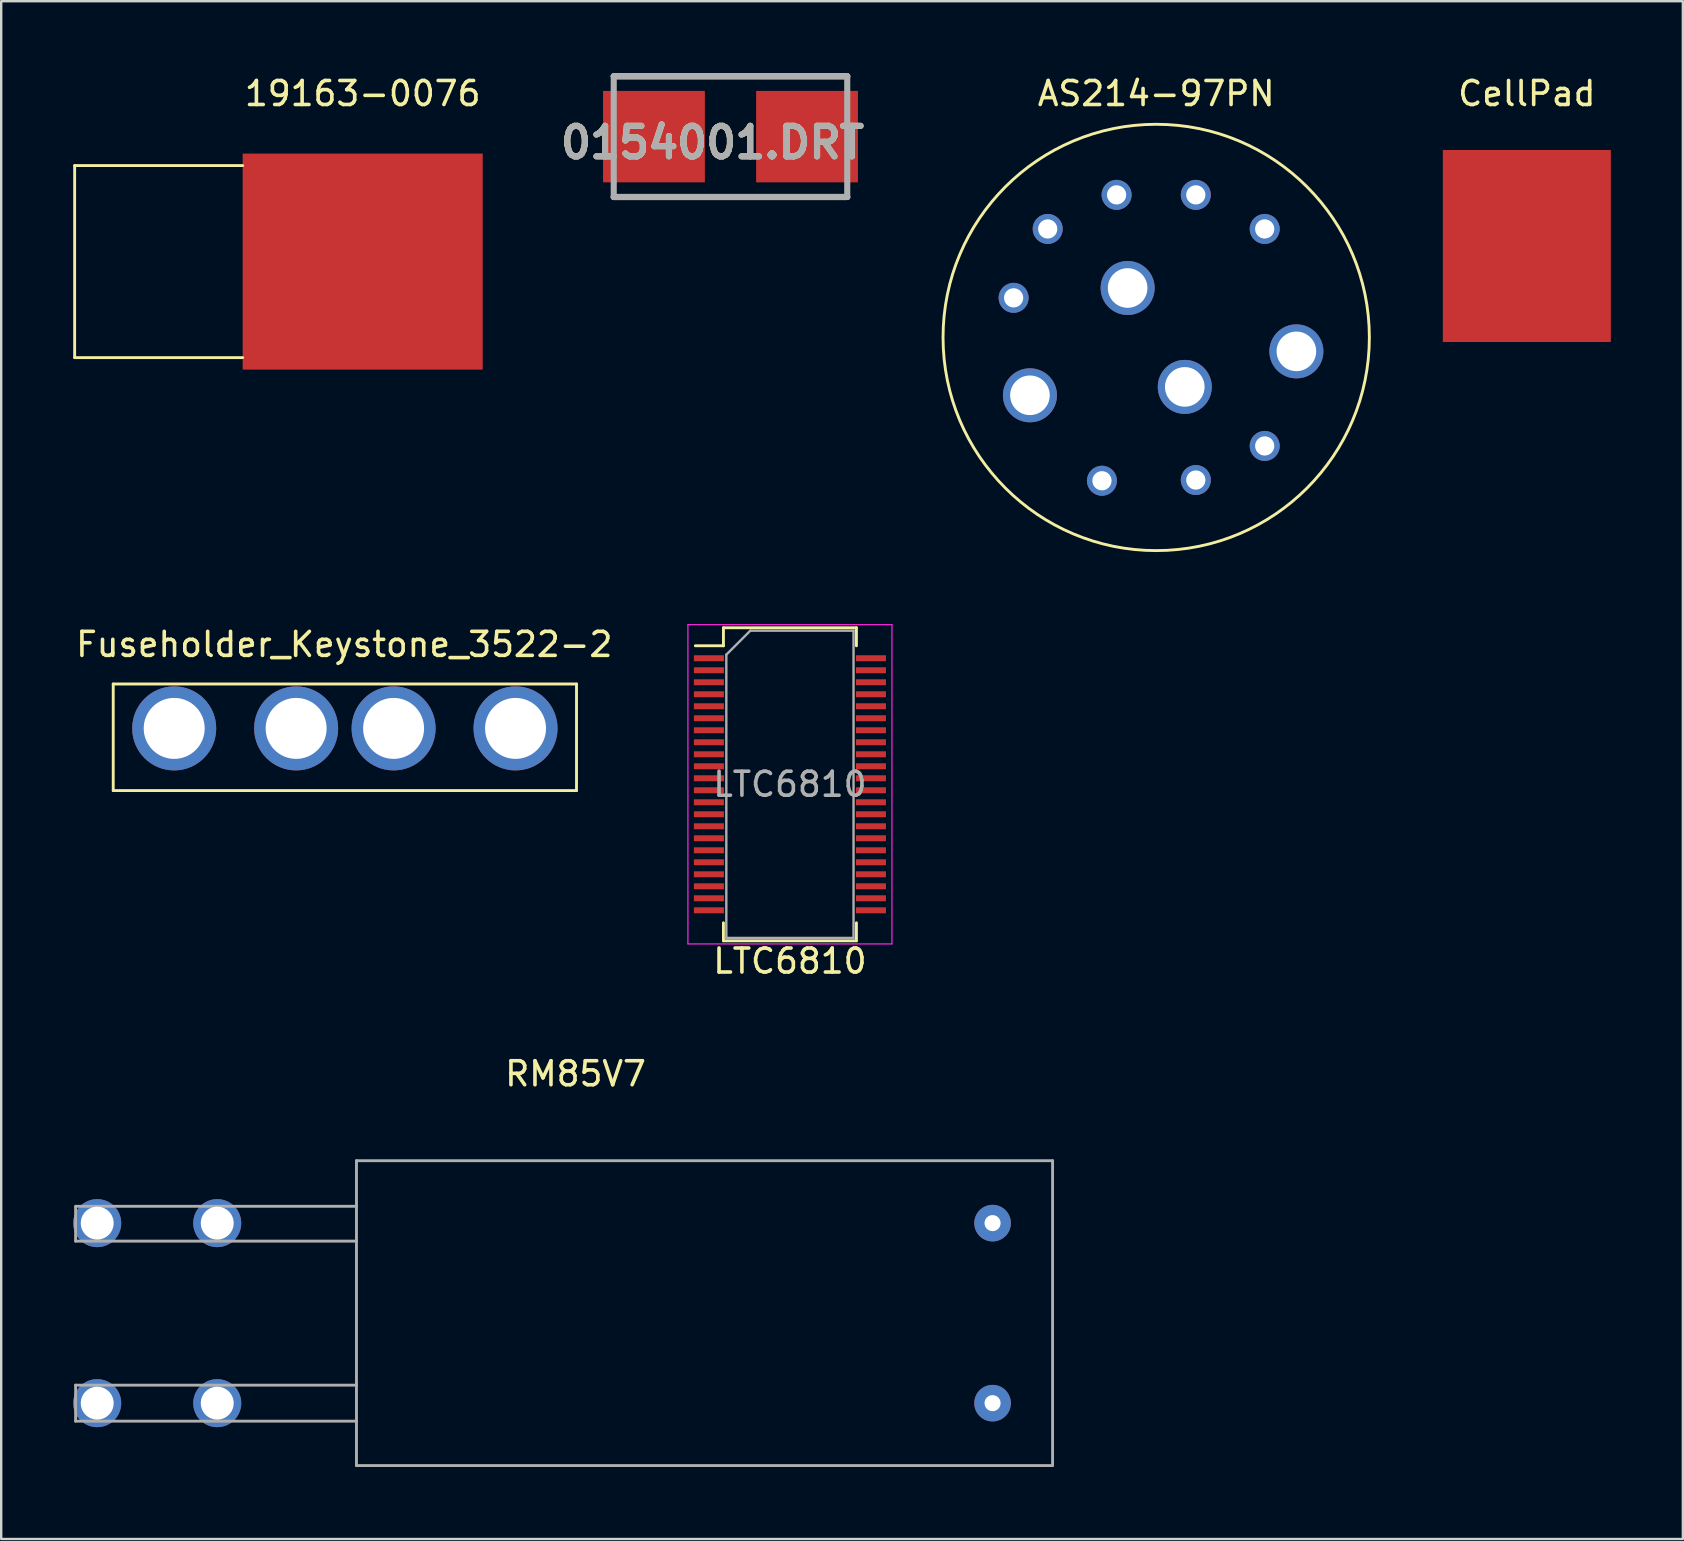
<source format=kicad_pcb>
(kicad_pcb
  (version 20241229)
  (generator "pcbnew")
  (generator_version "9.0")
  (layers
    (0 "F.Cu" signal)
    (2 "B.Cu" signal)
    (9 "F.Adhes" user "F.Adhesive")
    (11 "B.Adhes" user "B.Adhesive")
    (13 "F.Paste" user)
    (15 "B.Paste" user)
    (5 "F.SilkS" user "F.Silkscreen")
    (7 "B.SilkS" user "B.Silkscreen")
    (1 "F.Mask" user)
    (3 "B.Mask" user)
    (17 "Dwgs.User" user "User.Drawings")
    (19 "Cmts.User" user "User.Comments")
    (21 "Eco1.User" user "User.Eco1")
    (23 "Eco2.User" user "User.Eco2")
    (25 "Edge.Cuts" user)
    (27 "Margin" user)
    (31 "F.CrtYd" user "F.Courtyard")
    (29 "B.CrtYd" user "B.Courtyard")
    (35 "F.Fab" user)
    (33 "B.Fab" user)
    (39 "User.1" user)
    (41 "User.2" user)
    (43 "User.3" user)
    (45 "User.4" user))
  (footprint "LTC6810"
    (layer "F.Cu")
    (at 29.858 29.623)
    (property "Reference" "LTC6810" (at 0 7.366 180) (layer "F.SilkS") (effects (font (size 1 1) (thickness 0.15))))
    (attr smd)
    (fp_line (start -2.77 -6.52) (end -2.77 -5.77) (stroke (width 0.12) (type solid)) (layer "F.SilkS"))
    (fp_line (start -2.77 -6.52) (end 2.77 -6.52) (stroke (width 0.12) (type solid)) (layer "F.SilkS"))
    (fp_line (start -2.77 -5.77) (end -3.94 -5.77) (stroke (width 0.12) (type solid)) (layer "F.SilkS"))
    (fp_line (start -2.77 6.52) (end -2.77 5.77) (stroke (width 0.12) (type solid)) (layer "F.SilkS"))
    (fp_line (start -2.77 6.52) (end 2.77 6.52) (stroke (width 0.12) (type solid)) (layer "F.SilkS"))
    (fp_line (start 2.77 -6.52) (end 2.77 -5.77) (stroke (width 0.12) (type solid)) (layer "F.SilkS"))
    (fp_line (start 2.77 6.52) (end 2.77 5.77) (stroke (width 0.12) (type solid)) (layer "F.SilkS"))
    (fp_line (start -4.25 -6.65) (end -4.25 6.65) (stroke (width 0.05) (type solid)) (layer "F.CrtYd"))
    (fp_line (start -4.25 -6.65) (end 4.25 -6.65) (stroke (width 0.05) (type solid)) (layer "F.CrtYd"))
    (fp_line (start -4.25 6.65) (end 4.25 6.65) (stroke (width 0.05) (type solid)) (layer "F.CrtYd"))
    (fp_line (start 4.25 -6.65) (end 4.25 6.65) (stroke (width 0.05) (type solid)) (layer "F.CrtYd"))
    (fp_line (start -2.65 -5.4) (end -1.65 -6.4) (stroke (width 0.1) (type solid)) (layer "F.Fab"))
    (fp_line (start -2.65 6.4) (end -2.65 -5.4) (stroke (width 0.1) (type solid)) (layer "F.Fab"))
    (fp_line (start -1.65 -6.4) (end 2.65 -6.4) (stroke (width 0.1) (type solid)) (layer "F.Fab"))
    (fp_line (start 2.65 -6.4) (end 2.65 6.4) (stroke (width 0.1) (type solid)) (layer "F.Fab"))
    (fp_line (start 2.65 6.4) (end -2.65 6.4) (stroke (width 0.1) (type solid)) (layer "F.Fab"))
    (fp_text user "${REFERENCE}" (at 0 0 180) (layer "F.Fab") (effects (font (size 1 1) (thickness 0.15))))
    (pad "1" smd rect (at -3.375 -5.25) (size 1.25 0.25) (layers "F.Cu" "F.Mask" "F.Paste"))
    (pad "2" smd rect (at -3.375 -4.75) (size 1.25 0.25) (layers "F.Cu" "F.Mask" "F.Paste"))
    (pad "3" smd rect (at -3.375 -4.25) (size 1.25 0.25) (layers "F.Cu" "F.Mask" "F.Paste"))
    (pad "4" smd rect (at -3.375 -3.75) (size 1.25 0.25) (layers "F.Cu" "F.Mask" "F.Paste"))
    (pad "5" smd rect (at -3.375 -3.25) (size 1.25 0.25) (layers "F.Cu" "F.Mask" "F.Paste"))
    (pad "6" smd rect (at -3.375 -2.75) (size 1.25 0.25) (layers "F.Cu" "F.Mask" "F.Paste"))
    (pad "7" smd rect (at -3.375 -2.25) (size 1.25 0.25) (layers "F.Cu" "F.Mask" "F.Paste"))
    (pad "8" smd rect (at -3.375 -1.75) (size 1.25 0.25) (layers "F.Cu" "F.Mask" "F.Paste"))
    (pad "9" smd rect (at -3.375 -1.25) (size 1.25 0.25) (layers "F.Cu" "F.Mask" "F.Paste"))
    (pad "10" smd rect (at -3.375 -0.75) (size 1.25 0.25) (layers "F.Cu" "F.Mask" "F.Paste"))
    (pad "11" smd rect (at -3.375 -0.25) (size 1.25 0.25) (layers "F.Cu" "F.Mask" "F.Paste"))
    (pad "12" smd rect (at -3.375 0.25) (size 1.25 0.25) (layers "F.Cu" "F.Mask" "F.Paste"))
    (pad "13" smd rect (at -3.375 0.75) (size 1.25 0.25) (layers "F.Cu" "F.Mask" "F.Paste"))
    (pad "14" smd rect (at -3.375 1.25) (size 1.25 0.25) (layers "F.Cu" "F.Mask" "F.Paste"))
    (pad "15" smd rect (at -3.375 1.75) (size 1.25 0.25) (layers "F.Cu" "F.Mask" "F.Paste"))
    (pad "16" smd rect (at -3.375 2.25) (size 1.25 0.25) (layers "F.Cu" "F.Mask" "F.Paste"))
    (pad "17" smd rect (at -3.375 2.75) (size 1.25 0.25) (layers "F.Cu" "F.Mask" "F.Paste"))
    (pad "18" smd rect (at -3.375 3.25) (size 1.25 0.25) (layers "F.Cu" "F.Mask" "F.Paste"))
    (pad "19" smd rect (at -3.375 3.75) (size 1.25 0.25) (layers "F.Cu" "F.Mask" "F.Paste"))
    (pad "20" smd rect (at -3.375 4.25) (size 1.25 0.25) (layers "F.Cu" "F.Mask" "F.Paste"))
    (pad "21" smd rect (at -3.375 4.75) (size 1.25 0.25) (layers "F.Cu" "F.Mask" "F.Paste"))
    (pad "22" smd rect (at -3.375 5.25) (size 1.25 0.25) (layers "F.Cu" "F.Mask" "F.Paste"))
    (pad "23" smd rect (at 3.375 5.25) (size 1.25 0.25) (layers "F.Cu" "F.Mask" "F.Paste"))
    (pad "24" smd rect (at 3.375 4.75) (size 1.25 0.25) (layers "F.Cu" "F.Mask" "F.Paste"))
    (pad "25" smd rect (at 3.375 4.25) (size 1.25 0.25) (layers "F.Cu" "F.Mask" "F.Paste"))
    (pad "26" smd rect (at 3.375 3.75) (size 1.25 0.25) (layers "F.Cu" "F.Mask" "F.Paste"))
    (pad "27" smd rect (at 3.375 3.25) (size 1.25 0.25) (layers "F.Cu" "F.Mask" "F.Paste"))
    (pad "28" smd rect (at 3.375 2.75) (size 1.25 0.25) (layers "F.Cu" "F.Mask" "F.Paste"))
    (pad "29" smd rect (at 3.375 2.25) (size 1.25 0.25) (layers "F.Cu" "F.Mask" "F.Paste"))
    (pad "30" smd rect (at 3.375 1.75) (size 1.25 0.25) (layers "F.Cu" "F.Mask" "F.Paste"))
    (pad "31" smd rect (at 3.375 1.25) (size 1.25 0.25) (layers "F.Cu" "F.Mask" "F.Paste"))
    (pad "32" smd rect (at 3.375 0.75) (size 1.25 0.25) (layers "F.Cu" "F.Mask" "F.Paste"))
    (pad "33" smd rect (at 3.375 0.25) (size 1.25 0.25) (layers "F.Cu" "F.Mask" "F.Paste"))
    (pad "34" smd rect (at 3.375 -0.25) (size 1.25 0.25) (layers "F.Cu" "F.Mask" "F.Paste"))
    (pad "35" smd rect (at 3.375 -0.75) (size 1.25 0.25) (layers "F.Cu" "F.Mask" "F.Paste"))
    (pad "36" smd rect (at 3.375 -1.25) (size 1.25 0.25) (layers "F.Cu" "F.Mask" "F.Paste"))
    (pad "37" smd rect (at 3.375 -1.75) (size 1.25 0.25) (layers "F.Cu" "F.Mask" "F.Paste"))
    (pad "38" smd rect (at 3.375 -2.25) (size 1.25 0.25) (layers "F.Cu" "F.Mask" "F.Paste"))
    (pad "39" smd rect (at 3.375 -2.75) (size 1.25 0.25) (layers "F.Cu" "F.Mask" "F.Paste"))
    (pad "40" smd rect (at 3.375 -3.25) (size 1.25 0.25) (layers "F.Cu" "F.Mask" "F.Paste"))
    (pad "41" smd rect (at 3.375 -3.75) (size 1.25 0.25) (layers "F.Cu" "F.Mask" "F.Paste"))
    (pad "42" smd rect (at 3.375 -4.25) (size 1.25 0.25) (layers "F.Cu" "F.Mask" "F.Paste"))
    (pad "43" smd rect (at 3.375 -4.75) (size 1.25 0.25) (layers "F.Cu" "F.Mask" "F.Paste"))
    (pad "44" smd rect (at 3.375 -5.25) (size 1.25 0.25) (layers "F.Cu" "F.Mask" "F.Paste")))
  (footprint "RM85V7"
    (layer "F.Cu")
    (at 20.8 51.655)
    (property "Reference" "RM85V7" (at 0.127 -9.97 0) (layer "F.SilkS") (effects (font (size 1 1) (thickness 0.15))))
    (attr through_hole)
    (fp_line (start -20.7 -4.44) (end -20.7 -3) (stroke (width 0.12) (type solid)) (layer "F.Fab"))
    (fp_line (start -20.7 3) (end -20.7 4.5) (stroke (width 0.12) (type solid)) (layer "F.Fab"))
    (fp_line (start -9 -6.35) (end -9 6.35) (stroke (width 0.12) (type solid)) (layer "F.Fab"))
    (fp_line (start -9 -6.35) (end 20 -6.35) (stroke (width 0.12) (type solid)) (layer "F.Fab"))
    (fp_line (start -9 -4.45) (end -20.7 -4.45) (stroke (width 0.12) (type solid)) (layer "F.Fab"))
    (fp_line (start -9 -3) (end -20.7 -3) (stroke (width 0.12) (type solid)) (layer "F.Fab"))
    (fp_line (start -9 3) (end -20.7 3) (stroke (width 0.12) (type solid)) (layer "F.Fab"))
    (fp_line (start -9 4.5) (end -20.7 4.5) (stroke (width 0.12) (type solid)) (layer "F.Fab"))
    (fp_line (start -9 6.35) (end 20 6.35) (stroke (width 0.12) (type solid)) (layer "F.Fab"))
    (fp_line (start 20 -6.35) (end 20 6.35) (stroke (width 0.12) (type solid)) (layer "F.Fab"))
    (pad "1" thru_hole circle (at 17.5 3.75) (size 1.524 1.524) (drill 0.67) (layers "*.Cu" "*.Mask"))
    (pad "2" thru_hole circle (at 17.5 -3.75) (size 1.524 1.524) (drill 0.67) (layers "*.Cu" "*.Mask"))
    (pad "3" thru_hole circle (at -14.8 3.75) (size 2 2) (drill 1.37) (layers "*.Cu" "*.Mask"))
    (pad "4" thru_hole circle (at -14.8 -3.75) (size 2 2) (drill 1.37) (layers "*.Cu" "*.Mask"))
    (pad "5" thru_hole circle (at -19.8 3.75) (size 2 2) (drill 1.37) (layers "*.Cu" "*.Mask"))
    (pad "6" thru_hole circle (at -19.8 -3.75) (size 2 2) (drill 1.37) (layers "*.Cu" "*.Mask")))
  (footprint "Fuseholder_Keystone_3522-2"
    (layer "F.Cu")
    (at 11.317 27.665)
    (property "Reference" "Fuseholder_Keystone_3522-2" (at -0.025 -3.869 0) (layer "F.SilkS") (effects (font (size 1 1) (thickness 0.15))))
    (attr through_hole)
    (fp_line (start -9.65 -2.22) (end -9.65 2.22) (stroke (width 0.12) (type solid)) (layer "F.SilkS"))
    (fp_line (start -9.65 2.22) (end 9.65 2.22) (stroke (width 0.12) (type solid)) (layer "F.SilkS"))
    (fp_line (start 9.65 -2.22) (end -9.65 -2.22) (stroke (width 0.12) (type solid)) (layer "F.SilkS"))
    (fp_line (start 9.65 -2.22) (end 9.65 2.22) (stroke (width 0.12) (type solid)) (layer "F.SilkS"))
    (pad "1" thru_hole circle (at -7.11 -0.37) (size 3.5 3.5) (drill 2.54) (layers "*.Cu" "*.Mask"))
    (pad "1" thru_hole circle (at -2.03 -0.37) (size 3.5 3.5) (drill 2.54) (layers "*.Cu" "*.Mask"))
    (pad "2" thru_hole circle (at 2.03 -0.37) (size 3.5 3.5) (drill 2.54) (layers "*.Cu" "*.Mask"))
    (pad "2" thru_hole circle (at 7.11 -0.37) (size 3.5 3.5) (drill 2.54) (layers "*.Cu" "*.Mask")))
  (footprint "19163-0076"
    (layer "F.Cu")
    (at 12.06 7.848)
    (property "Reference" "19163-0076" (at 0 -7 0) (layer "F.SilkS") (effects (font (size 1 1) (thickness 0.15))))
    (attr through_hole)
    (fp_line (start -12 -4) (end -12 4) (stroke (width 0.12) (type solid)) (layer "F.SilkS"))
    (fp_line (start -12 4) (end -5 4) (stroke (width 0.12) (type solid)) (layer "F.SilkS"))
    (fp_line (start -5 -4) (end -12 -4) (stroke (width 0.12) (type solid)) (layer "F.SilkS"))
    (pad "1" smd rect (at 0 0) (size 10 9) (layers "F.Cu" "F.Mask" "F.Paste")))
  (footprint "CellPad"
    (layer "F.Cu")
    (at 60.557 7.198)
    (property "Reference" "CellPad" (at 0 -6.35 0) (layer "F.SilkS") (effects (font (size 1 1) (thickness 0.15))))
    (attr through_hole)
    (pad "1" smd rect (at 0 0) (size 7 8) (layers "F.Cu" "F.Mask" "F.Paste")))
  (footprint "AS214-97PN"
    (layer "F.Cu")
    (at 45.117 11.008)
    (property "Reference" "AS214-97PN" (at 0 -10.16 180) (layer "F.SilkS") (effects (font (size 1 1) (thickness 0.15))))
    (attr through_hole)
    (fp_circle (center 0 0) (end 8.88 0) (stroke (width 0.12) (type solid)) (fill no) (layer "F.SilkS"))
    (pad "A" thru_hole circle (at 1.65 -5.94) (size 1.25 1.25) (drill 0.8) (layers "*.Cu" "*.Mask"))
    (pad "B" thru_hole circle (at 4.52 -4.52) (size 1.25 1.25) (drill 0.8) (layers "*.Cu" "*.Mask"))
    (pad "C" thru_hole circle (at 5.84 0.58) (size 2.25 2.25) (drill 1.65) (layers "*.Cu" "*.Mask"))
    (pad "D" thru_hole circle (at 4.52 4.52) (size 1.25 1.25) (drill 0.8) (layers "*.Cu" "*.Mask"))
    (pad "E" thru_hole circle (at 1.65 5.94) (size 1.25 1.25) (drill 0.8) (layers "*.Cu" "*.Mask"))
    (pad "F" thru_hole circle (at -2.26 5.97) (size 1.25 1.25) (drill 0.8) (layers "*.Cu" "*.Mask"))
    (pad "G" thru_hole circle (at -5.26 2.41) (size 2.25 2.25) (drill 1.65) (layers "*.Cu" "*.Mask"))
    (pad "H" thru_hole circle (at -5.94 -1.65) (size 1.25 1.25) (drill 0.8) (layers "*.Cu" "*.Mask"))
    (pad "J" thru_hole circle (at -4.52 -4.52) (size 1.25 1.25) (drill 0.8) (layers "*.Cu" "*.Mask"))
    (pad "K" thru_hole circle (at -1.65 -5.94) (size 1.25 1.25) (drill 0.8) (layers "*.Cu" "*.Mask"))
    (pad "L" thru_hole circle (at -1.19 -2.06) (size 2.25 2.25) (drill 1.65) (layers "*.Cu" "*.Mask"))
    (pad "M" thru_hole circle (at 1.19 2.06) (size 2.25 2.25) (drill 1.65) (layers "*.Cu" "*.Mask")))
  (footprint "0154001.DRT"
    (layer "F.Cu")
    (at 27.382 2.642)
    (property "Reference" "0154001.DRT" (at -0.749 0.247 0) (layer "F.SilkS") (effects (font (size 1.27 1.27) (thickness 0.254))))
    (attr smd)
    (fp_line (start -4.864 -2.515) (end 4.864 -2.515) (stroke (width 0.254) (type solid)) (layer "F.SilkS"))
    (fp_line (start -4.864 2.515) (end 4.864 2.515) (stroke (width 0.254) (type solid)) (layer "F.SilkS"))
    (fp_line (start -4.864 -2.515) (end 4.864 -2.515) (stroke (width 0.254) (type solid)) (layer "F.Fab"))
    (fp_line (start -4.864 2.515) (end -4.864 -2.515) (stroke (width 0.254) (type solid)) (layer "F.Fab"))
    (fp_line (start 4.864 -2.515) (end 4.864 2.515) (stroke (width 0.254) (type solid)) (layer "F.Fab"))
    (fp_line (start 4.864 2.515) (end -4.864 2.515) (stroke (width 0.254) (type solid)) (layer "F.Fab"))
    (fp_text user "${REFERENCE}" (at -0.749 0.247 0) (layer "F.Fab") (effects (font (size 1.27 1.27) (thickness 0.254))))
    (pad "1" smd rect (at -3.188 0 90) (size 3.81 4.242) (layers "F.Cu" "F.Mask" "F.Paste"))
    (pad "2" smd rect (at 3.188 0 90) (size 3.81 4.242) (layers "F.Cu" "F.Mask" "F.Paste")))
  (gr_rect
    (start -3 -3)
    (end 67.057 61.065)
    (stroke (width 0.1) (type default))
    (fill no)
    (layer "Edge.Cuts")))
</source>
